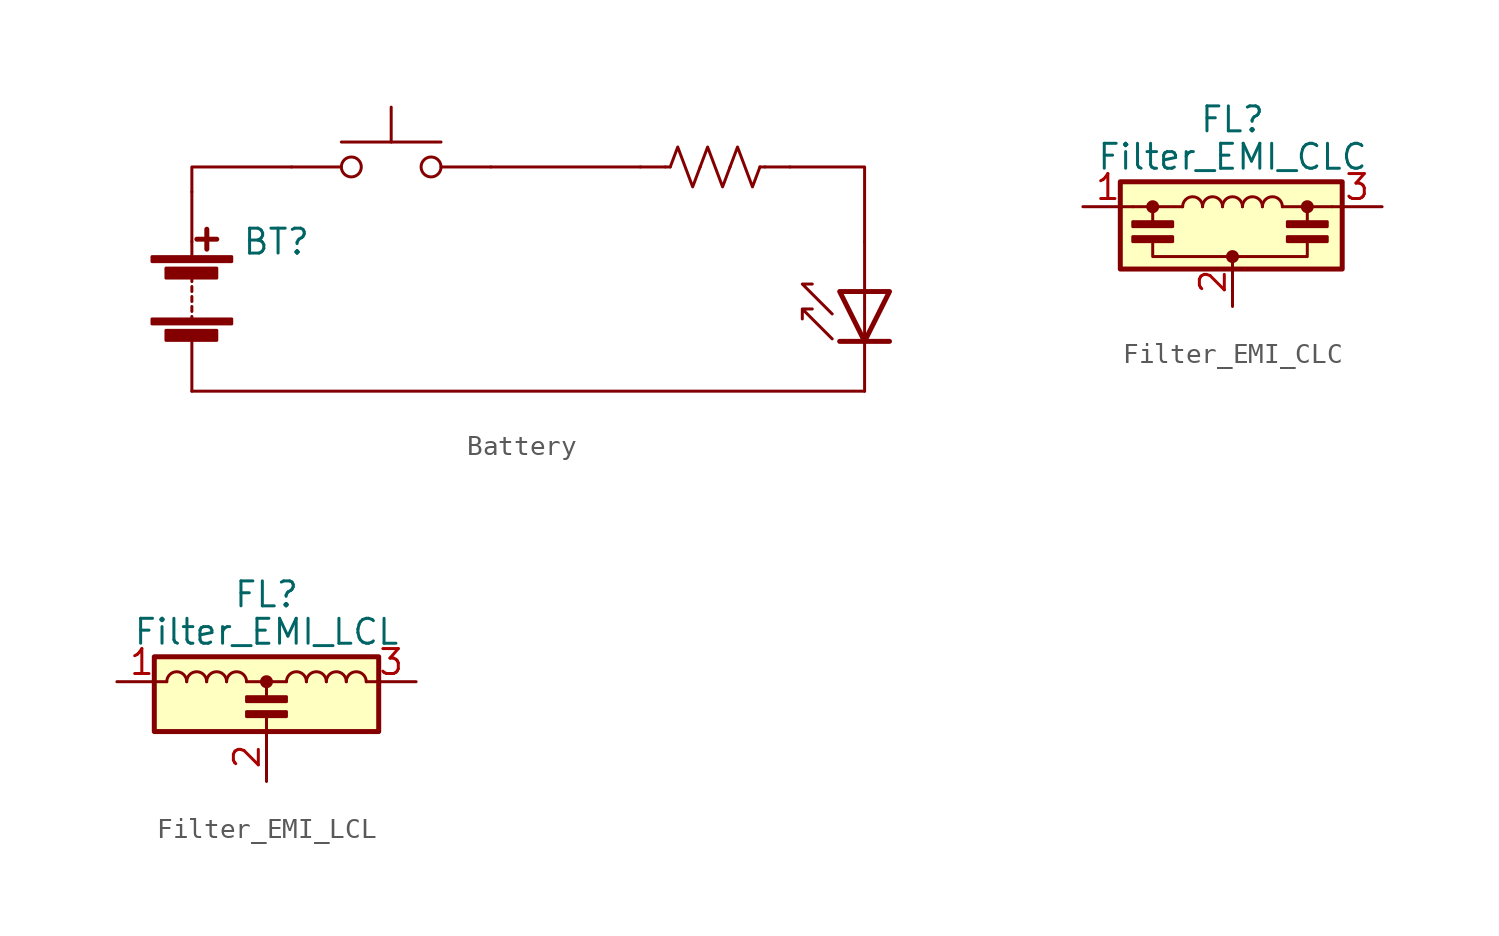
<source format=kicad_sym>
(kicad_symbol_lib
  (version 20231120)
  (generator "kicad_symbol_editor")
  (generator_version "8.0")
  (symbol "Battery"
    (pin_numbers hide)
    (pin_names
      (offset 0) hide)
    (property "Reference" "BT"
      (at -22.86 2.54 0)
      (effects (font (size 1.27 1.27)) (justify left)))
    (property "Value" ""
      (at 2.54 0 0)
      (effects (font (size 1.27 1.27)) (justify left)))
    (symbol "Battery_0_1"
      (rectangle (start -27.432 -1.397) (end -23.368 -1.651) (stroke (width 0) (type default)) (fill (type outline)))
      (rectangle (start -27.432 1.778) (end -23.368 1.524) (stroke (width 0) (type default)) (fill (type outline)))
      (rectangle (start -26.721 -1.981) (end -24.13 -2.489) (stroke (width 0) (type default)) (fill (type outline)))
      (rectangle (start -26.721 1.194) (end -24.13 0.686) (stroke (width 0) (type default)) (fill (type outline)))
      (circle (center -17.272 6.35) (radius 0.508) (stroke (width 0) (type default)) (fill (type none)))
      (circle (center -13.208 6.35) (radius 0.508) (stroke (width 0) (type default)) (fill (type none)))
      (polyline (pts (xy -25.4 -1.524) (xy -25.4 -1.27)) (stroke (width 0) (type default)) (fill (type none)))
      (polyline (pts (xy -25.4 -1.016) (xy -25.4 -0.762)) (stroke (width 0) (type default)) (fill (type none)))
      (polyline (pts (xy -25.4 -0.508) (xy -25.4 -0.254)) (stroke (width 0) (type default)) (fill (type none)))
      (polyline (pts (xy -25.4 0) (xy -25.4 0.254)) (stroke (width 0) (type default)) (fill (type none)))
      (polyline (pts (xy -25.4 0.508) (xy -25.4 0.762)) (stroke (width 0) (type default)) (fill (type none)))
      (polyline (pts (xy -25.4 1.778) (xy -25.4 2.54)) (stroke (width 0) (type default)) (fill (type none)))
      (polyline (pts (xy -25.146 2.667) (xy -24.13 2.667)) (stroke (width 0.254) (type default)) (fill (type none)))
      (polyline (pts (xy -24.638 3.175) (xy -24.638 2.159)) (stroke (width 0.254) (type default)) (fill (type none)))
      (polyline (pts (xy -15.24 7.62) (xy -15.24 9.398)) (stroke (width 0) (type default)) (fill (type none)))
      (polyline (pts (xy -12.7 7.62) (xy -17.78 7.62)) (stroke (width 0) (type default)) (fill (type none)))
      (polyline (pts (xy -10.16 6.35) (xy -2.54 6.35)) (stroke (width 0) (type default)) (fill (type none)))
      (polyline (pts (xy -1.016 6.35) (xy -1.27 6.35)) (stroke (width 0) (type default)) (fill (type none)))
      (polyline (pts (xy 3.556 6.35) (xy 3.81 6.35)) (stroke (width 0) (type default)) (fill (type none)))
      (polyline (pts (xy 7.62 -2.54) (xy 10.16 -2.54)) (stroke (width 0.254) (type default)) (fill (type none)))
      (polyline (pts (xy 8.89 -5.08) (xy -25.4 -5.08)) (stroke (width 0) (type default)) (fill (type none)))
      (polyline (pts (xy 8.89 -2.54) (xy 8.89 0)) (stroke (width 0) (type default)) (fill (type none)))
      (polyline (pts (xy -25.4 5.08) (xy -25.4 6.35) (xy -20.32 6.35)) (stroke (width 0) (type default)) (fill (type none)))
      (polyline (pts (xy 5.08 6.35) (xy 8.89 6.35) (xy 8.89 2.54)) (stroke (width 0) (type default)) (fill (type none)))
      (polyline (pts (xy 7.239 -1.143) (xy 5.715 0.381) (xy 6.223 0.381)) (stroke (width 0) (type default)) (fill (type none)))
      (polyline (pts (xy 10.16 0) (xy 7.62 0) (xy 8.89 -2.54) (xy 10.16 0)) (stroke (width 0.254) (type default)) (fill (type none)))
      (polyline (pts (xy -1.016 6.35) (xy -0.635 7.366) (xy -0.254 6.35) (xy 0.127 5.334) (xy 0.508 6.35)) (stroke (width 0) (type default)) (fill (type none)))
      (polyline (pts (xy 0.508 6.35) (xy 0.889 7.366) (xy 1.27 6.35) (xy 1.651 5.334) (xy 2.032 6.35)) (stroke (width 0) (type default)) (fill (type none)))
      (polyline (pts (xy 2.032 6.35) (xy 2.413 7.366) (xy 2.794 6.35) (xy 3.175 5.334) (xy 3.556 6.35)) (stroke (width 0) (type default)) (fill (type none)))
      (polyline (pts (xy 7.239 -2.413) (xy 5.715 -0.889) (xy 6.223 -0.889) (xy 5.715 -0.889) (xy 5.715 -1.397)) (stroke (width 0) (type default)) (fill (type none)))
      (pin passive line (at -20.32 6.35 0) (length 2.54) (name "1" (effects (font (size 1.27 1.27)))) (number "1" (effects (font (size 1.27 1.27)))))
      (pin passive line (at -10.16 6.35 180) (length 2.54) (name "2" (effects (font (size 1.27 1.27)))) (number "2" (effects (font (size 1.27 1.27))))))
    (symbol "Battery_1_1"
      (pin passive line (at -25.4 5.08 270) (length 2.54) (name "+" (effects (font (size 1.27 1.27)))) (number "1" (effects (font (size 1.27 1.27)))))
      (pin passive line (at 8.89 -5.08 90) (length 2.54) (name "K" (effects (font (size 1.27 1.27)))) (number "1" (effects (font (size 1.27 1.27)))))
      (pin passive line (at -2.54 6.35 0) (length 1.27) (name "~" (effects (font (size 1.27 1.27)))) (number "1" (effects (font (size 1.27 1.27)))))
      (pin passive line (at -25.4 -5.08 90) (length 2.54) (name "-" (effects (font (size 1.27 1.27)))) (number "2" (effects (font (size 1.27 1.27)))))
      (pin passive line (at 8.89 2.54 270) (length 2.54) (name "A" (effects (font (size 1.27 1.27)))) (number "2" (effects (font (size 1.27 1.27)))))
      (pin passive line (at 5.08 6.35 180) (length 1.27) (name "~" (effects (font (size 1.27 1.27)))) (number "2" (effects (font (size 1.27 1.27)))))))
  (symbol "Filter_EMI_CLC"
    (pin_names
      (offset 0.254) hide)
    (property "Reference" "FL"
      (at 0 6.985 0)
      (effects (font (size 1.27 1.27))))
    (property "Value" "Filter_EMI_CLC"
      (at 0 5.08 0)
      (effects (font (size 1.27 1.27))))
    (symbol "Filter_EMI_CLC_0_1"
      (rectangle (start -5.715 3.81) (end 5.588 -0.635) (stroke (width 0.254) (type default)) (fill (type background)))
      (rectangle (start -5.08 0.762) (end -3.048 1.016) (stroke (width 0) (type default)) (fill (type outline)))
      (circle (center -4.064 2.54) (radius 0.254) (stroke (width 0) (type default)) (fill (type outline)))
      (rectangle (start -3.048 1.524) (end -5.08 1.778) (stroke (width 0) (type default)) (fill (type outline)))
      (arc (start -1.524 2.54) (mid -2.032 3.0457) (end -2.54 2.54) (stroke (width 0) (type default)) (fill (type none)))
      (arc (start -0.508 2.54) (mid -1.016 3.0457) (end -1.524 2.54) (stroke (width 0) (type default)) (fill (type none)))
      (polyline (pts (xy -5.08 2.54) (xy -2.54 2.54)) (stroke (width 0) (type default)) (fill (type none)))
      (polyline (pts (xy -4.064 2.54) (xy -4.064 1.778)) (stroke (width 0) (type default)) (fill (type none)))
      (polyline (pts (xy 2.54 2.54) (xy 5.08 2.54)) (stroke (width 0) (type default)) (fill (type none)))
      (polyline (pts (xy 3.81 2.54) (xy 3.81 1.778)) (stroke (width 0) (type default)) (fill (type none)))
      (polyline (pts (xy -4.064 0.762) (xy -4.064 0) (xy 3.81 0) (xy 3.81 0.762)) (stroke (width 0) (type default)) (fill (type none)))
      (circle (center 0 0) (radius 0.254) (stroke (width 0) (type default)) (fill (type outline)))
      (arc (start 0.508 2.54) (mid 0 3.0457) (end -0.508 2.54) (stroke (width 0) (type default)) (fill (type none)))
      (arc (start 1.524 2.54) (mid 1.016 3.0457) (end 0.508 2.54) (stroke (width 0) (type default)) (fill (type none)))
      (arc (start 2.54 2.54) (mid 2.032 3.0457) (end 1.524 2.54) (stroke (width 0) (type default)) (fill (type none)))
      (rectangle (start 2.794 0.762) (end 4.826 1.016) (stroke (width 0) (type default)) (fill (type outline)))
      (circle (center 3.81 2.54) (radius 0.254) (stroke (width 0) (type default)) (fill (type outline)))
      (rectangle (start 4.826 1.524) (end 2.794 1.778) (stroke (width 0) (type default)) (fill (type outline))))
    (symbol "Filter_EMI_CLC_1_1"
      (pin passive line (at -7.62 2.54 0) (length 2.54) (name "1" (effects (font (size 1.27 1.27)))) (number "1" (effects (font (size 1.27 1.27)))))
      (pin passive line (at 0 -2.54 90) (length 2.54) (name "2" (effects (font (size 1.27 1.27)))) (number "2" (effects (font (size 1.27 1.27)))))
      (pin passive line (at 7.62 2.54 180) (length 2.54) (name "3" (effects (font (size 1.27 1.27)))) (number "3" (effects (font (size 1.27 1.27)))))))
  (symbol "Filter_EMI_LCL"
    (pin_names
      (offset 0.254) hide)
    (property "Reference" "FL"
      (at 0 6.985 0)
      (effects (font (size 1.27 1.27))))
    (property "Value" "Filter_EMI_LCL"
      (at 0 5.08 0)
      (effects (font (size 1.27 1.27))))
    (symbol "Filter_EMI_LCL_0_1"
      (rectangle (start -5.715 3.81) (end 5.715 0) (stroke (width 0.254) (type default)) (fill (type background)))
      (arc (start -4.064 2.54) (mid -4.572 3.0457) (end -5.08 2.54) (stroke (width 0) (type default)) (fill (type none)))
      (arc (start -3.048 2.54) (mid -3.556 3.0457) (end -4.064 2.54) (stroke (width 0) (type default)) (fill (type none)))
      (arc (start -2.032 2.54) (mid -2.54 3.0457) (end -3.048 2.54) (stroke (width 0) (type default)) (fill (type none)))
      (rectangle (start -1.016 0.762) (end 1.016 1.016) (stroke (width 0) (type default)) (fill (type outline)))
      (arc (start -1.016 2.54) (mid -1.524 3.0457) (end -2.032 2.54) (stroke (width 0) (type default)) (fill (type none)))
      (polyline (pts (xy -1.016 2.54) (xy 1.016 2.54)) (stroke (width 0) (type default)) (fill (type none)))
      (polyline (pts (xy 0 0.762) (xy 0 0)) (stroke (width 0) (type default)) (fill (type none)))
      (polyline (pts (xy 0 2.54) (xy 0 1.778)) (stroke (width 0) (type default)) (fill (type none)))
      (circle (center 0 2.54) (radius 0.254) (stroke (width 0) (type default)) (fill (type outline)))
      (rectangle (start 1.016 1.524) (end -1.016 1.778) (stroke (width 0) (type default)) (fill (type outline)))
      (arc (start 2.032 2.54) (mid 1.524 3.0457) (end 1.016 2.54) (stroke (width 0) (type default)) (fill (type none)))
      (arc (start 3.048 2.54) (mid 2.54 3.0457) (end 2.032 2.54) (stroke (width 0) (type default)) (fill (type none)))
      (arc (start 4.064 2.54) (mid 3.556 3.0457) (end 3.048 2.54) (stroke (width 0) (type default)) (fill (type none)))
      (arc (start 5.08 2.54) (mid 4.572 3.0457) (end 4.064 2.54) (stroke (width 0) (type default)) (fill (type none))))
    (symbol "Filter_EMI_LCL_1_1"
      (pin passive line (at -7.62 2.54 0) (length 2.54) (name "1" (effects (font (size 1.27 1.27)))) (number "1" (effects (font (size 1.27 1.27)))))
      (pin passive line (at 0 -2.54 90) (length 2.54) (name "2" (effects (font (size 1.27 1.27)))) (number "2" (effects (font (size 1.27 1.27)))))
      (pin passive line (at 7.62 2.54 180) (length 2.54) (name "3" (effects (font (size 1.27 1.27)))) (number "3" (effects (font (size 1.27 1.27))))))))
</source>
